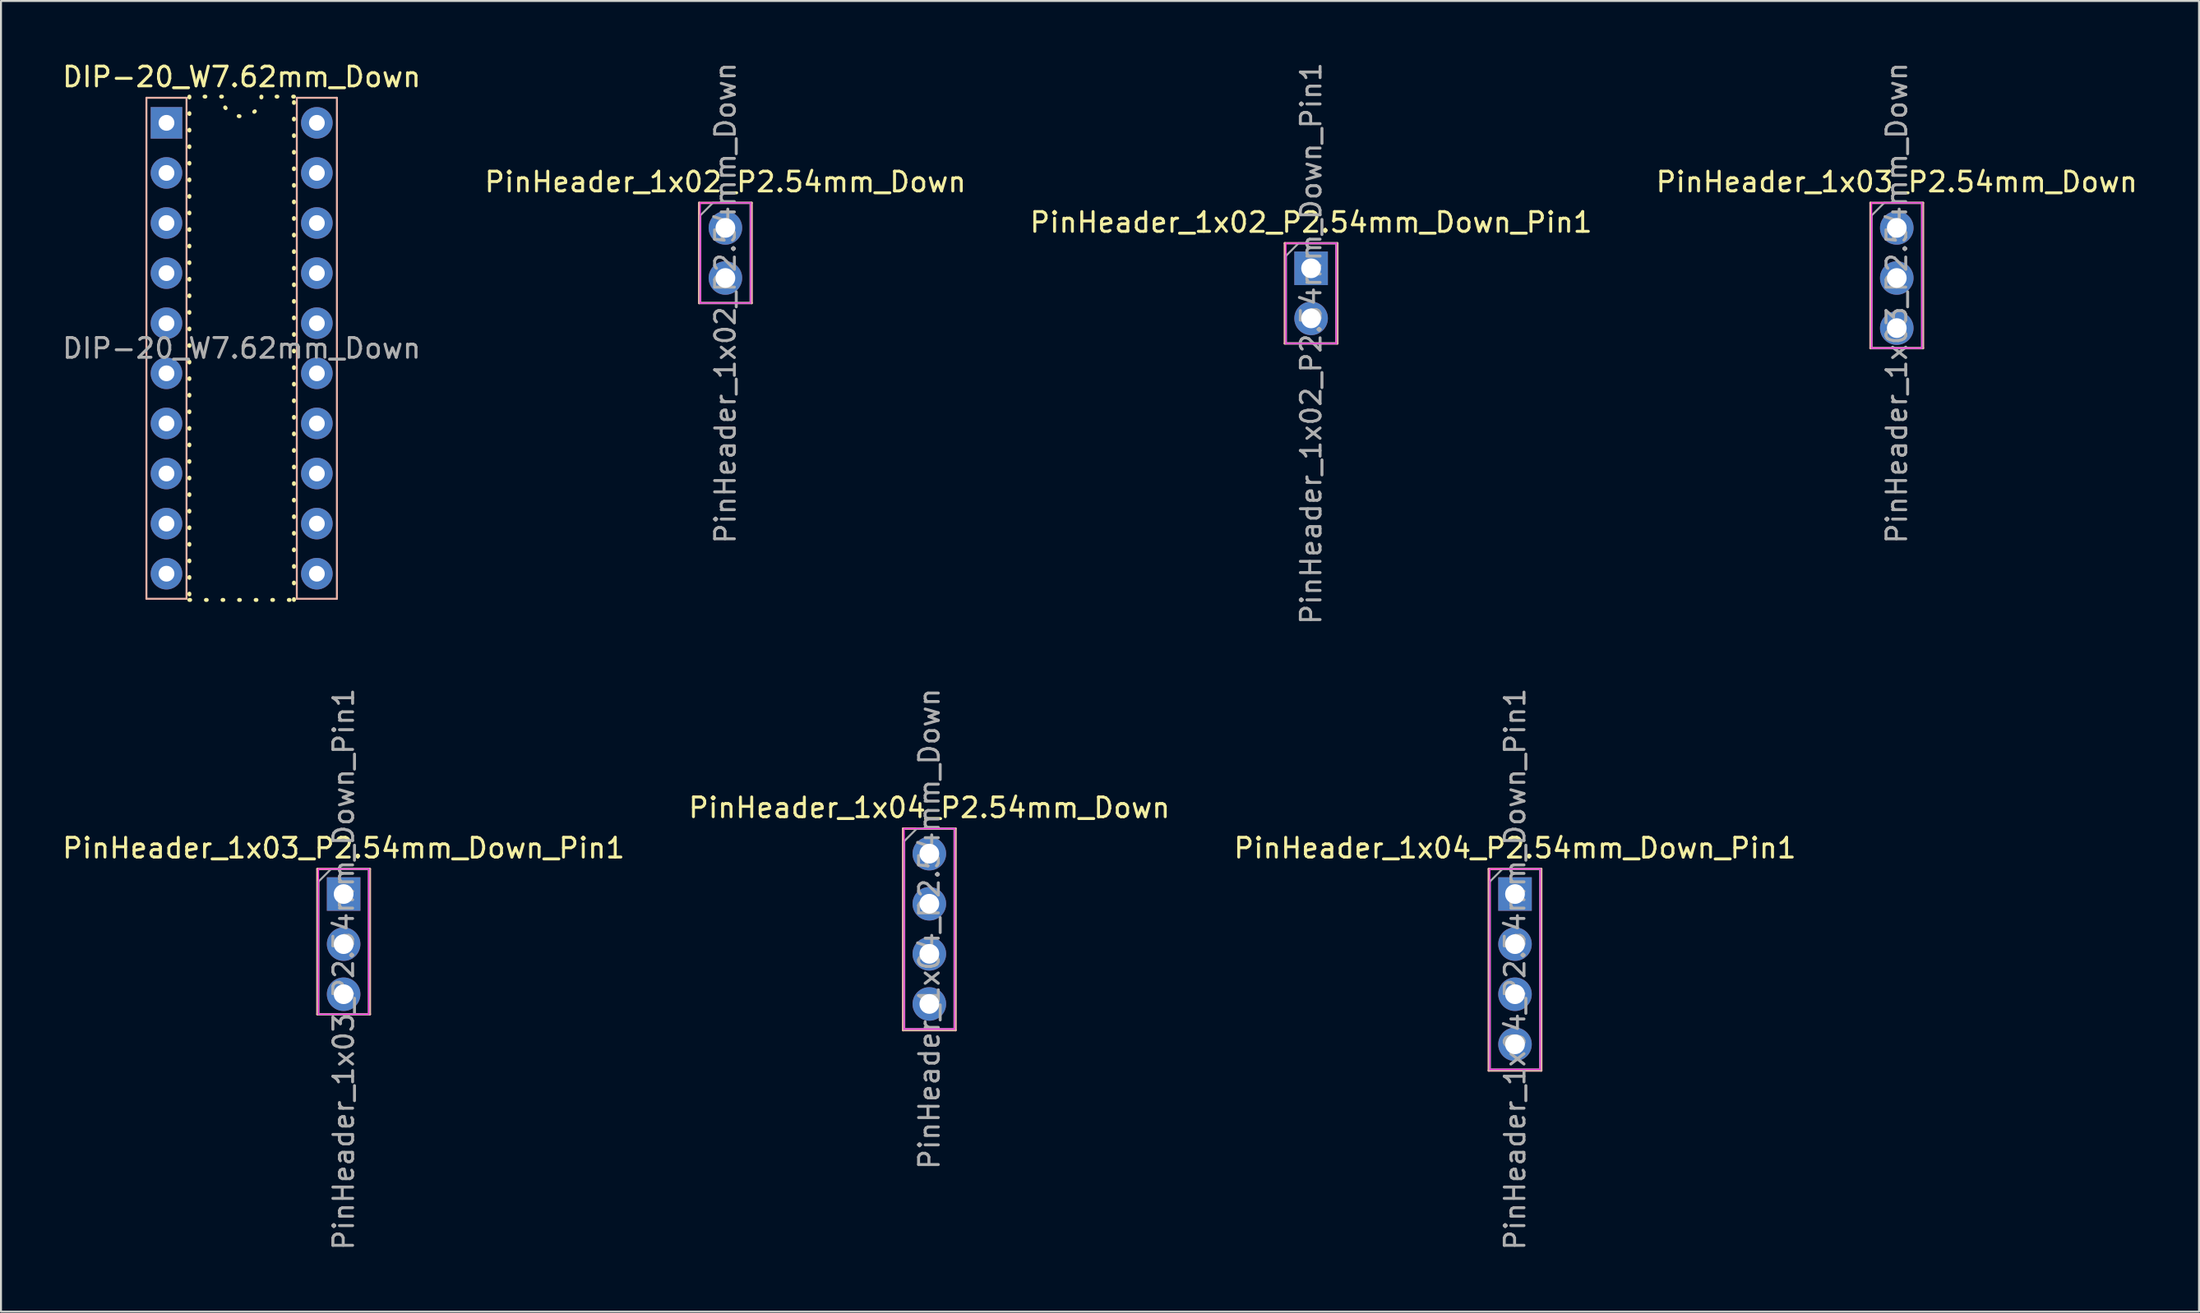
<source format=kicad_pcb>
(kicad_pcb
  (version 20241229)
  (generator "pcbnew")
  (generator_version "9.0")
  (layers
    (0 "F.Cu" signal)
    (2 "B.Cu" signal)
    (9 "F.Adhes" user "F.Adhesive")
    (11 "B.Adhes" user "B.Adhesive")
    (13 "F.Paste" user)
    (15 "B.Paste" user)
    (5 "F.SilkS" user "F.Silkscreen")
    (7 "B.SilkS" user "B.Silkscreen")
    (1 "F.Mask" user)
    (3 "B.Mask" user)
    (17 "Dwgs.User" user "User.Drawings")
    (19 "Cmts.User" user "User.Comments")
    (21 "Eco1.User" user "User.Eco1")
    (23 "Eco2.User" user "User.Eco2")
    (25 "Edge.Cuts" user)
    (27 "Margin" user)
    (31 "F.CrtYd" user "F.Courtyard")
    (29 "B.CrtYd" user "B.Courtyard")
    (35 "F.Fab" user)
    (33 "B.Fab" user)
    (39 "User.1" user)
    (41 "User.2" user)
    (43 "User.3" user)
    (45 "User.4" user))
  (footprint "PinHeader_1x04_P2.54mm_Down_Pin1"
    (layer "F.Cu")
    (at 73.72 42.279)
    (property "Reference" "PinHeader_1x04_P2.54mm_Down_Pin1" (at 0 -2.33 0) (layer "F.SilkS") (effects (font (size 1 1) (thickness 0.15))))
    (attr through_hole)
    (fp_line (start -1.33 -1.27) (end -1.33 8.95) (stroke (width 0.12) (type solid)) (layer "B.SilkS"))
    (fp_line (start -1.33 -1.27) (end 1.33 -1.27) (stroke (width 0.12) (type solid)) (layer "B.SilkS"))
    (fp_line (start -1.33 8.95) (end 1.33 8.95) (stroke (width 0.12) (type solid)) (layer "B.SilkS"))
    (fp_line (start 1.33 -1.27) (end 1.33 8.95) (stroke (width 0.12) (type solid)) (layer "B.SilkS"))
    (fp_line (start -1.27 -1.27) (end -1.27 8.89) (stroke (width 0.05) (type solid)) (layer "F.CrtYd"))
    (fp_line (start -1.27 8.89) (end 1.27 8.89) (stroke (width 0.05) (type solid)) (layer "F.CrtYd"))
    (fp_line (start 1.27 -1.27) (end -1.27 -1.27) (stroke (width 0.05) (type solid)) (layer "F.CrtYd"))
    (fp_line (start 1.27 8.89) (end 1.27 -1.27) (stroke (width 0.05) (type solid)) (layer "F.CrtYd"))
    (fp_line (start -1.27 -0.635) (end -0.635 -1.27) (stroke (width 0.1) (type solid)) (layer "F.Fab"))
    (fp_line (start -1.27 8.89) (end -1.27 -0.635) (stroke (width 0.1) (type solid)) (layer "F.Fab"))
    (fp_line (start -0.635 -1.27) (end 1.27 -1.27) (stroke (width 0.1) (type solid)) (layer "F.Fab"))
    (fp_line (start 1.27 -1.27) (end 1.27 8.89) (stroke (width 0.1) (type solid)) (layer "F.Fab"))
    (fp_line (start 1.27 8.89) (end -1.27 8.89) (stroke (width 0.1) (type solid)) (layer "F.Fab"))
    (fp_text user "${REFERENCE}" (at 0 3.81 90) (layer "F.Fab") (effects (font (size 1 1) (thickness 0.15))))
    (pad "1" thru_hole rect (at 0 0) (size 1.7 1.7) (drill 1) (layers "*.Cu" "*.Mask"))
    (pad "2" thru_hole oval (at 0 2.54) (size 1.7 1.7) (drill 1) (layers "*.Cu" "*.Mask"))
    (pad "3" thru_hole oval (at 0 5.08) (size 1.7 1.7) (drill 1) (layers "*.Cu" "*.Mask"))
    (pad "4" thru_hole oval (at 0 7.62) (size 1.7 1.7) (drill 1) (layers "*.Cu" "*.Mask")))
  (footprint "PinHeader_1x03_P2.54mm_Down"
    (layer "F.Cu")
    (at 93.065 8.505)
    (property "Reference" "PinHeader_1x03_P2.54mm_Down" (at 0 -2.33 0) (layer "F.SilkS") (effects (font (size 1 1) (thickness 0.15))))
    (attr through_hole)
    (fp_line (start -1.33 -1.27) (end -1.33 6.096) (stroke (width 0.12) (type solid)) (layer "B.SilkS"))
    (fp_line (start -1.33 -1.27) (end 1.33 -1.27) (stroke (width 0.12) (type solid)) (layer "B.SilkS"))
    (fp_line (start -1.33 6.096) (end 1.33 6.096) (stroke (width 0.12) (type solid)) (layer "B.SilkS"))
    (fp_line (start 1.33 -1.27) (end 1.33 6.096) (stroke (width 0.12) (type solid)) (layer "B.SilkS"))
    (fp_line (start -1.27 -1.27) (end -1.27 6.096) (stroke (width 0.05) (type solid)) (layer "F.CrtYd"))
    (fp_line (start -1.27 6.096) (end 1.27 6.096) (stroke (width 0.05) (type solid)) (layer "F.CrtYd"))
    (fp_line (start 1.27 -1.27) (end -1.27 -1.27) (stroke (width 0.05) (type solid)) (layer "F.CrtYd"))
    (fp_line (start 1.27 6.096) (end 1.27 -1.27) (stroke (width 0.05) (type solid)) (layer "F.CrtYd"))
    (fp_line (start -1.27 -0.635) (end -0.635 -1.27) (stroke (width 0.1) (type solid)) (layer "F.Fab"))
    (fp_line (start -1.27 6.096) (end -1.27 -0.635) (stroke (width 0.1) (type solid)) (layer "F.Fab"))
    (fp_line (start -0.635 -1.27) (end 1.27 -1.27) (stroke (width 0.1) (type solid)) (layer "F.Fab"))
    (fp_line (start 1.27 -1.27) (end 1.27 6.096) (stroke (width 0.1) (type solid)) (layer "F.Fab"))
    (fp_line (start 1.27 6.096) (end -1.27 6.096) (stroke (width 0.1) (type solid)) (layer "F.Fab"))
    (fp_text user "${REFERENCE}" (at 0 3.81 90) (layer "F.Fab") (effects (font (size 1 1) (thickness 0.15))))
    (pad "1" thru_hole circle (at 0 0) (size 1.7 1.7) (drill 1) (layers "*.Cu" "*.Mask"))
    (pad "2" thru_hole oval (at 0 2.54) (size 1.7 1.7) (drill 1) (layers "*.Cu" "*.Mask"))
    (pad "3" thru_hole oval (at 0 5.08) (size 1.7 1.7) (drill 1) (layers "*.Cu" "*.Mask")))
  (footprint "PinHeader_1x02_P2.54mm_Down_Pin1"
    (layer "F.Cu")
    (at 63.387 10.553)
    (property "Reference" "PinHeader_1x02_P2.54mm_Down_Pin1" (at 0 -2.33 0) (layer "F.SilkS") (effects (font (size 1 1) (thickness 0.15))))
    (attr through_hole)
    (fp_line (start -1.33 -1.27) (end -1.33 3.81) (stroke (width 0.12) (type solid)) (layer "B.SilkS"))
    (fp_line (start -1.33 -1.27) (end 1.33 -1.27) (stroke (width 0.12) (type solid)) (layer "B.SilkS"))
    (fp_line (start -1.33 3.81) (end 1.33 3.81) (stroke (width 0.12) (type solid)) (layer "B.SilkS"))
    (fp_line (start 1.33 -1.27) (end 1.33 3.81) (stroke (width 0.12) (type solid)) (layer "B.SilkS"))
    (fp_line (start -1.27 -1.27) (end -1.27 3.81) (stroke (width 0.05) (type solid)) (layer "F.CrtYd"))
    (fp_line (start -1.27 3.81) (end 1.27 3.81) (stroke (width 0.05) (type solid)) (layer "F.CrtYd"))
    (fp_line (start 1.27 -1.27) (end -1.27 -1.27) (stroke (width 0.05) (type solid)) (layer "F.CrtYd"))
    (fp_line (start 1.27 3.81) (end 1.27 -1.27) (stroke (width 0.05) (type solid)) (layer "F.CrtYd"))
    (fp_line (start -1.27 -0.635) (end -0.635 -1.27) (stroke (width 0.1) (type solid)) (layer "F.Fab"))
    (fp_line (start -1.27 3.81) (end -1.27 -0.635) (stroke (width 0.1) (type solid)) (layer "F.Fab"))
    (fp_line (start -0.635 -1.27) (end 1.27 -1.27) (stroke (width 0.1) (type solid)) (layer "F.Fab"))
    (fp_line (start 1.27 -1.27) (end 1.27 3.81) (stroke (width 0.1) (type solid)) (layer "F.Fab"))
    (fp_line (start 1.27 3.81) (end -1.27 3.81) (stroke (width 0.1) (type solid)) (layer "F.Fab"))
    (fp_text user "${REFERENCE}" (at 0 3.81 90) (layer "F.Fab") (effects (font (size 1 1) (thickness 0.15))))
    (pad "1" thru_hole rect (at 0 0) (size 1.7 1.7) (drill 1) (layers "*.Cu" "*.Mask"))
    (pad "2" thru_hole oval (at 0 2.54) (size 1.7 1.7) (drill 1) (layers "*.Cu" "*.Mask")))
  (footprint "PinHeader_1x03_P2.54mm_Down_Pin1"
    (layer "F.Cu")
    (at 14.363 42.279)
    (property "Reference" "PinHeader_1x03_P2.54mm_Down_Pin1" (at 0 -2.33 0) (layer "F.SilkS") (effects (font (size 1 1) (thickness 0.15))))
    (attr through_hole)
    (fp_line (start -1.33 -1.27) (end -1.33 6.096) (stroke (width 0.12) (type solid)) (layer "B.SilkS"))
    (fp_line (start -1.33 -1.27) (end 1.33 -1.27) (stroke (width 0.12) (type solid)) (layer "B.SilkS"))
    (fp_line (start -1.33 6.096) (end 1.33 6.096) (stroke (width 0.12) (type solid)) (layer "B.SilkS"))
    (fp_line (start 1.33 -1.27) (end 1.33 6.096) (stroke (width 0.12) (type solid)) (layer "B.SilkS"))
    (fp_line (start -1.27 -1.27) (end -1.27 6.096) (stroke (width 0.05) (type solid)) (layer "F.CrtYd"))
    (fp_line (start -1.27 6.096) (end 1.27 6.096) (stroke (width 0.05) (type solid)) (layer "F.CrtYd"))
    (fp_line (start 1.27 -1.27) (end -1.27 -1.27) (stroke (width 0.05) (type solid)) (layer "F.CrtYd"))
    (fp_line (start 1.27 6.096) (end 1.27 -1.27) (stroke (width 0.05) (type solid)) (layer "F.CrtYd"))
    (fp_line (start -1.27 -0.635) (end -0.635 -1.27) (stroke (width 0.1) (type solid)) (layer "F.Fab"))
    (fp_line (start -1.27 6.096) (end -1.27 -0.635) (stroke (width 0.1) (type solid)) (layer "F.Fab"))
    (fp_line (start -0.635 -1.27) (end 1.27 -1.27) (stroke (width 0.1) (type solid)) (layer "F.Fab"))
    (fp_line (start 1.27 -1.27) (end 1.27 6.096) (stroke (width 0.1) (type solid)) (layer "F.Fab"))
    (fp_line (start 1.27 6.096) (end -1.27 6.096) (stroke (width 0.1) (type solid)) (layer "F.Fab"))
    (fp_text user "${REFERENCE}" (at 0 3.81 90) (layer "F.Fab") (effects (font (size 1 1) (thickness 0.15))))
    (pad "1" thru_hole rect (at 0 0) (size 1.7 1.7) (drill 1) (layers "*.Cu" "*.Mask"))
    (pad "2" thru_hole oval (at 0 2.54) (size 1.7 1.7) (drill 1) (layers "*.Cu" "*.Mask"))
    (pad "3" thru_hole oval (at 0 5.08) (size 1.7 1.7) (drill 1) (layers "*.Cu" "*.Mask")))
  (footprint "PinHeader_1x02_P2.54mm_Down"
    (layer "F.Cu")
    (at 33.708 8.505)
    (property "Reference" "PinHeader_1x02_P2.54mm_Down" (at 0 -2.33 0) (layer "F.SilkS") (effects (font (size 1 1) (thickness 0.15))))
    (attr through_hole)
    (fp_line (start -1.33 -1.27) (end -1.33 3.81) (stroke (width 0.12) (type solid)) (layer "B.SilkS"))
    (fp_line (start -1.33 -1.27) (end 1.33 -1.27) (stroke (width 0.12) (type solid)) (layer "B.SilkS"))
    (fp_line (start -1.33 3.81) (end 1.33 3.81) (stroke (width 0.12) (type solid)) (layer "B.SilkS"))
    (fp_line (start 1.33 -1.27) (end 1.33 3.81) (stroke (width 0.12) (type solid)) (layer "B.SilkS"))
    (fp_line (start -1.27 -1.27) (end -1.27 3.81) (stroke (width 0.05) (type solid)) (layer "F.CrtYd"))
    (fp_line (start -1.27 3.81) (end 1.27 3.81) (stroke (width 0.05) (type solid)) (layer "F.CrtYd"))
    (fp_line (start 1.27 -1.27) (end -1.27 -1.27) (stroke (width 0.05) (type solid)) (layer "F.CrtYd"))
    (fp_line (start 1.27 3.81) (end 1.27 -1.27) (stroke (width 0.05) (type solid)) (layer "F.CrtYd"))
    (fp_line (start -1.27 -0.635) (end -0.635 -1.27) (stroke (width 0.1) (type solid)) (layer "F.Fab"))
    (fp_line (start -1.27 3.81) (end -1.27 -0.635) (stroke (width 0.1) (type solid)) (layer "F.Fab"))
    (fp_line (start -0.635 -1.27) (end 1.27 -1.27) (stroke (width 0.1) (type solid)) (layer "F.Fab"))
    (fp_line (start 1.27 -1.27) (end 1.27 3.81) (stroke (width 0.1) (type solid)) (layer "F.Fab"))
    (fp_line (start 1.27 3.81) (end -1.27 3.81) (stroke (width 0.1) (type solid)) (layer "F.Fab"))
    (fp_text user "${REFERENCE}" (at 0 3.81 90) (layer "F.Fab") (effects (font (size 1 1) (thickness 0.15))))
    (pad "1" thru_hole circle (at 0 0) (size 1.7 1.7) (drill 1) (layers "*.Cu" "*.Mask"))
    (pad "2" thru_hole oval (at 0 2.54) (size 1.7 1.7) (drill 1) (layers "*.Cu" "*.Mask")))
  (footprint "PinHeader_1x04_P2.54mm_Down"
    (layer "F.Cu")
    (at 44.042 40.232)
    (property "Reference" "PinHeader_1x04_P2.54mm_Down" (at 0 -2.33 0) (layer "F.SilkS") (effects (font (size 1 1) (thickness 0.15))))
    (attr through_hole)
    (fp_line (start -1.33 -1.27) (end -1.33 8.95) (stroke (width 0.12) (type solid)) (layer "B.SilkS"))
    (fp_line (start -1.33 -1.27) (end 1.33 -1.27) (stroke (width 0.12) (type solid)) (layer "B.SilkS"))
    (fp_line (start -1.33 8.95) (end 1.33 8.95) (stroke (width 0.12) (type solid)) (layer "B.SilkS"))
    (fp_line (start 1.33 -1.27) (end 1.33 8.95) (stroke (width 0.12) (type solid)) (layer "B.SilkS"))
    (fp_line (start -1.27 -1.27) (end -1.27 8.89) (stroke (width 0.05) (type solid)) (layer "F.CrtYd"))
    (fp_line (start -1.27 8.89) (end 1.27 8.89) (stroke (width 0.05) (type solid)) (layer "F.CrtYd"))
    (fp_line (start 1.27 -1.27) (end -1.27 -1.27) (stroke (width 0.05) (type solid)) (layer "F.CrtYd"))
    (fp_line (start 1.27 8.89) (end 1.27 -1.27) (stroke (width 0.05) (type solid)) (layer "F.CrtYd"))
    (fp_line (start -1.27 -0.635) (end -0.635 -1.27) (stroke (width 0.1) (type solid)) (layer "F.Fab"))
    (fp_line (start -1.27 8.89) (end -1.27 -0.635) (stroke (width 0.1) (type solid)) (layer "F.Fab"))
    (fp_line (start -0.635 -1.27) (end 1.27 -1.27) (stroke (width 0.1) (type solid)) (layer "F.Fab"))
    (fp_line (start 1.27 -1.27) (end 1.27 8.89) (stroke (width 0.1) (type solid)) (layer "F.Fab"))
    (fp_line (start 1.27 8.89) (end -1.27 8.89) (stroke (width 0.1) (type solid)) (layer "F.Fab"))
    (fp_text user "${REFERENCE}" (at 0 3.81 90) (layer "F.Fab") (effects (font (size 1 1) (thickness 0.15))))
    (pad "1" thru_hole circle (at 0 0) (size 1.7 1.7) (drill 1) (layers "*.Cu" "*.Mask"))
    (pad "2" thru_hole oval (at 0 2.54) (size 1.7 1.7) (drill 1) (layers "*.Cu" "*.Mask"))
    (pad "3" thru_hole oval (at 0 5.08) (size 1.7 1.7) (drill 1) (layers "*.Cu" "*.Mask"))
    (pad "4" thru_hole oval (at 0 7.62) (size 1.7 1.7) (drill 1) (layers "*.Cu" "*.Mask")))
  (footprint "DIP-20_W7.62mm_Down"
    (layer "F.Cu")
    (at 5.386 3.178)
    (property "Reference" "DIP-20_W7.62mm_Down" (at 3.81 -2.33 0) (layer "F.SilkS") (effects (font (size 1 1) (thickness 0.15))))
    (attr through_hole)
    (fp_line (start 1.16 -1.33) (end 1.16 24.19) (stroke (width 0.2) (type dot)) (layer "F.SilkS"))
    (fp_line (start 1.16 24.19) (end 6.46 24.19) (stroke (width 0.2) (type dot)) (layer "F.SilkS"))
    (fp_line (start 2.81 -1.33) (end 1.16 -1.33) (stroke (width 0.2) (type dot)) (layer "F.SilkS"))
    (fp_line (start 6.46 -1.33) (end 4.81 -1.33) (stroke (width 0.2) (type dot)) (layer "F.SilkS"))
    (fp_line (start 6.46 24.19) (end 6.46 -1.33) (stroke (width 0.2) (type dot)) (layer "F.SilkS"))
    (fp_arc (start 4.81 -1.33) (mid 3.81 -0.33) (end 2.81 -1.33) (stroke (width 0.2) (type dot)) (layer "F.SilkS"))
    (fp_line (start -1.016 -1.27) (end -1.016 24.13) (stroke (width 0.1) (type default)) (layer "B.SilkS"))
    (fp_line (start -1.016 24.13) (end 1.016 24.13) (stroke (width 0.1) (type default)) (layer "B.SilkS"))
    (fp_line (start 1.016 -1.27) (end -1.016 -1.27) (stroke (width 0.1) (type default)) (layer "B.SilkS"))
    (fp_line (start 1.016 24.13) (end 1.016 -1.27) (stroke (width 0.1) (type default)) (layer "B.SilkS"))
    (fp_line (start 6.604 -1.27) (end 8.636 -1.27) (stroke (width 0.1) (type default)) (layer "B.SilkS"))
    (fp_line (start 6.604 24.13) (end 6.604 -1.27) (stroke (width 0.1) (type default)) (layer "B.SilkS"))
    (fp_line (start 8.636 -1.27) (end 8.636 24.13) (stroke (width 0.1) (type default)) (layer "B.SilkS"))
    (fp_line (start 8.636 24.13) (end 6.604 24.13) (stroke (width 0.1) (type default)) (layer "B.SilkS"))
    (fp_text user "${REFERENCE}" (at 3.81 11.43 0) (layer "F.Fab") (effects (font (size 1 1) (thickness 0.15))))
    (pad "1" thru_hole rect (at 0 0) (size 1.6 1.6) (drill 0.8) (layers "*.Cu" "*.Mask"))
    (pad "2" thru_hole oval (at 0 2.54) (size 1.6 1.6) (drill 0.8) (layers "*.Cu" "*.Mask"))
    (pad "3" thru_hole oval (at 0 5.08) (size 1.6 1.6) (drill 0.8) (layers "*.Cu" "*.Mask"))
    (pad "4" thru_hole oval (at 0 7.62) (size 1.6 1.6) (drill 0.8) (layers "*.Cu" "*.Mask"))
    (pad "5" thru_hole oval (at 0 10.16) (size 1.6 1.6) (drill 0.8) (layers "*.Cu" "*.Mask"))
    (pad "6" thru_hole oval (at 0 12.7) (size 1.6 1.6) (drill 0.8) (layers "*.Cu" "*.Mask"))
    (pad "7" thru_hole oval (at 0 15.24) (size 1.6 1.6) (drill 0.8) (layers "*.Cu" "*.Mask"))
    (pad "8" thru_hole oval (at 0 17.78) (size 1.6 1.6) (drill 0.8) (layers "*.Cu" "*.Mask"))
    (pad "9" thru_hole oval (at 0 20.32) (size 1.6 1.6) (drill 0.8) (layers "*.Cu" "*.Mask"))
    (pad "10" thru_hole oval (at 0 22.86) (size 1.6 1.6) (drill 0.8) (layers "*.Cu" "*.Mask"))
    (pad "11" thru_hole oval (at 7.62 22.86) (size 1.6 1.6) (drill 0.8) (layers "*.Cu" "*.Mask"))
    (pad "12" thru_hole oval (at 7.62 20.32) (size 1.6 1.6) (drill 0.8) (layers "*.Cu" "*.Mask"))
    (pad "13" thru_hole oval (at 7.62 17.78) (size 1.6 1.6) (drill 0.8) (layers "*.Cu" "*.Mask"))
    (pad "14" thru_hole oval (at 7.62 15.24) (size 1.6 1.6) (drill 0.8) (layers "*.Cu" "*.Mask"))
    (pad "15" thru_hole oval (at 7.62 12.7) (size 1.6 1.6) (drill 0.8) (layers "*.Cu" "*.Mask"))
    (pad "16" thru_hole oval (at 7.62 10.16) (size 1.6 1.6) (drill 0.8) (layers "*.Cu" "*.Mask"))
    (pad "17" thru_hole oval (at 7.62 7.62) (size 1.6 1.6) (drill 0.8) (layers "*.Cu" "*.Mask"))
    (pad "18" thru_hole oval (at 7.62 5.08) (size 1.6 1.6) (drill 0.8) (layers "*.Cu" "*.Mask"))
    (pad "19" thru_hole oval (at 7.62 2.54) (size 1.6 1.6) (drill 0.8) (layers "*.Cu" "*.Mask"))
    (pad "20" thru_hole oval (at 7.62 0) (size 1.6 1.6) (drill 0.8) (layers "*.Cu" "*.Mask")))
  (gr_rect
    (start -3 -3)
    (end 108.381 63.452)
    (stroke (width 0.1) (type default))
    (fill no)
    (layer "Edge.Cuts")))
</source>
